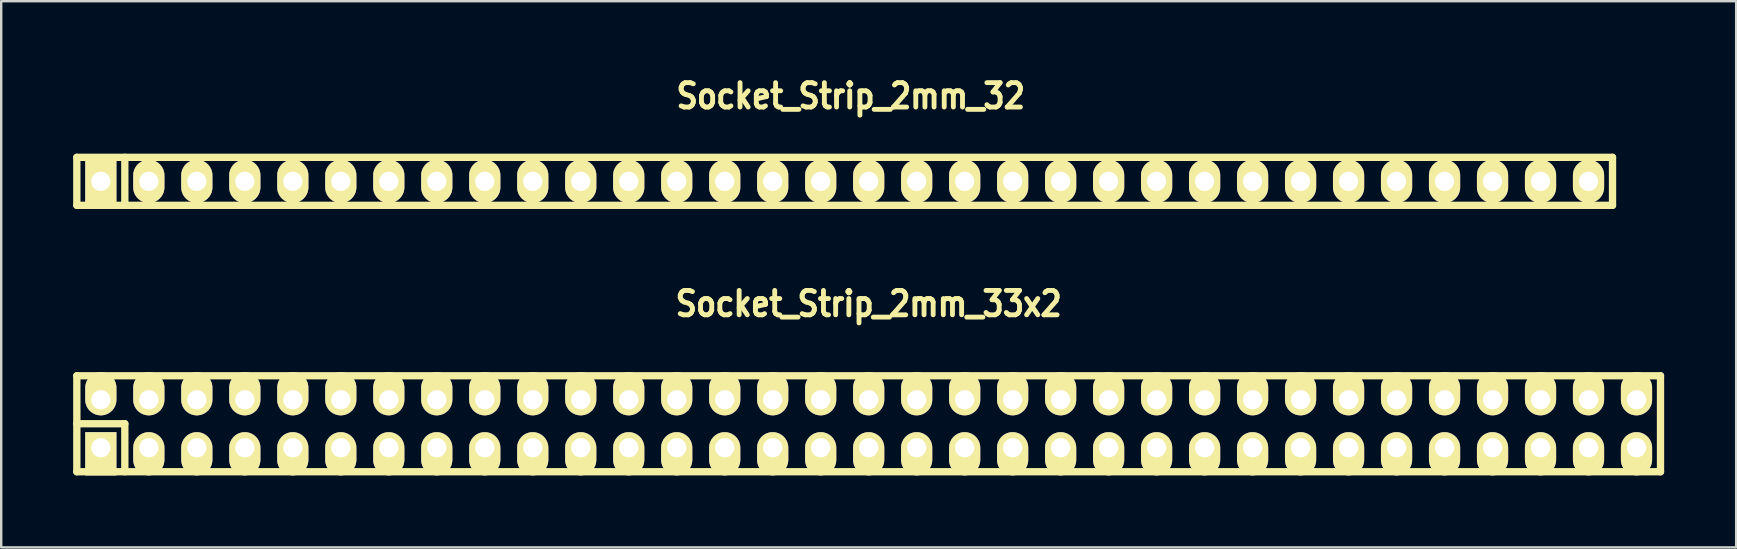
<source format=kicad_pcb>
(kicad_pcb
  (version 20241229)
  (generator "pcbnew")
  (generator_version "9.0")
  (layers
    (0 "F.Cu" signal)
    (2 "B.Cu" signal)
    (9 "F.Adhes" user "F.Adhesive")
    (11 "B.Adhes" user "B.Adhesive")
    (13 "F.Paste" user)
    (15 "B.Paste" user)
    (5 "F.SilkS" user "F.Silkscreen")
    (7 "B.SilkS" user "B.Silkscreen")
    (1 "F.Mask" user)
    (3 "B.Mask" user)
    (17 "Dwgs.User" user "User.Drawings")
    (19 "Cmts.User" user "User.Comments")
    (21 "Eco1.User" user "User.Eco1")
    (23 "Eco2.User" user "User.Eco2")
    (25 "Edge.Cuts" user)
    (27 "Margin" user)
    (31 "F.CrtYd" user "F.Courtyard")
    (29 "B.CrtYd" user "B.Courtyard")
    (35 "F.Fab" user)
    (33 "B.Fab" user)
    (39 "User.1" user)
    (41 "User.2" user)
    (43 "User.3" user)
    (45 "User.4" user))
  (footprint "Socket_Strip_2mm_32"
    (layer "F.Cu")
    (at 32.152 4.507)
    (property "Reference" "Socket_Strip_2mm_32" (at 0.254 -3.556 0) (layer "F.SilkS") (effects (font (size 1.016 0.889) (thickness 0.203))))
    (attr through_hole)
    (fp_line (start -32 -1) (end 32 -1) (stroke (width 0.305) (type solid)) (layer "F.SilkS"))
    (fp_line (start -32 1) (end -32 -1) (stroke (width 0.305) (type solid)) (layer "F.SilkS"))
    (fp_line (start -30 -1) (end -30 1) (stroke (width 0.305) (type solid)) (layer "F.SilkS"))
    (fp_line (start 32 -1) (end 32 1) (stroke (width 0.305) (type solid)) (layer "F.SilkS"))
    (fp_line (start 32 1) (end -32 1) (stroke (width 0.305) (type solid)) (layer "F.SilkS"))
    (pad "1" thru_hole rect (at -31 0) (size 1.3 1.8) (drill 0.8) (layers "*.Cu" "*.Mask" "F.SilkS"))
    (pad "2" thru_hole oval (at -29 0) (size 1.3 1.8) (drill 0.8) (layers "*.Cu" "*.Mask" "F.SilkS"))
    (pad "3" thru_hole oval (at -27 0) (size 1.3 1.8) (drill 0.8) (layers "*.Cu" "*.Mask" "F.SilkS"))
    (pad "4" thru_hole oval (at -25 0) (size 1.3 1.8) (drill 0.8) (layers "*.Cu" "*.Mask" "F.SilkS"))
    (pad "5" thru_hole oval (at -23 0) (size 1.3 1.8) (drill 0.8) (layers "*.Cu" "*.Mask" "F.SilkS"))
    (pad "6" thru_hole oval (at -21 0) (size 1.3 1.8) (drill 0.8) (layers "*.Cu" "*.Mask" "F.SilkS"))
    (pad "7" thru_hole oval (at -19 0) (size 1.3 1.8) (drill 0.8) (layers "*.Cu" "*.Mask" "F.SilkS"))
    (pad "8" thru_hole oval (at -17 0) (size 1.3 1.8) (drill 0.8) (layers "*.Cu" "*.Mask" "F.SilkS"))
    (pad "9" thru_hole oval (at -15 0) (size 1.3 1.8) (drill 0.8) (layers "*.Cu" "*.Mask" "F.SilkS"))
    (pad "10" thru_hole oval (at -13 0) (size 1.3 1.8) (drill 0.8) (layers "*.Cu" "*.Mask" "F.SilkS"))
    (pad "11" thru_hole oval (at -11 0) (size 1.3 1.8) (drill 0.8) (layers "*.Cu" "*.Mask" "F.SilkS"))
    (pad "12" thru_hole oval (at -9 0) (size 1.3 1.8) (drill 0.8) (layers "*.Cu" "*.Mask" "F.SilkS"))
    (pad "13" thru_hole oval (at -7 0) (size 1.3 1.8) (drill 0.8) (layers "*.Cu" "*.Mask" "F.SilkS"))
    (pad "14" thru_hole oval (at -5 0) (size 1.3 1.8) (drill 0.8) (layers "*.Cu" "*.Mask" "F.SilkS"))
    (pad "15" thru_hole oval (at -3 0) (size 1.3 1.8) (drill 0.8) (layers "*.Cu" "*.Mask" "F.SilkS"))
    (pad "16" thru_hole oval (at -1 0) (size 1.3 1.8) (drill 0.8) (layers "*.Cu" "*.Mask" "F.SilkS"))
    (pad "17" thru_hole oval (at 1 0) (size 1.3 1.8) (drill 0.8) (layers "*.Cu" "*.Mask" "F.SilkS"))
    (pad "18" thru_hole oval (at 3 0) (size 1.3 1.8) (drill 0.8) (layers "*.Cu" "*.Mask" "F.SilkS"))
    (pad "19" thru_hole oval (at 5 0) (size 1.3 1.8) (drill 0.8) (layers "*.Cu" "*.Mask" "F.SilkS"))
    (pad "20" thru_hole oval (at 7 0) (size 1.3 1.8) (drill 0.8) (layers "*.Cu" "*.Mask" "F.SilkS"))
    (pad "21" thru_hole oval (at 9 0) (size 1.3 1.8) (drill 0.8) (layers "*.Cu" "*.Mask" "F.SilkS"))
    (pad "22" thru_hole oval (at 11 0) (size 1.3 1.8) (drill 0.8) (layers "*.Cu" "*.Mask" "F.SilkS"))
    (pad "23" thru_hole oval (at 13 0) (size 1.3 1.8) (drill 0.8) (layers "*.Cu" "*.Mask" "F.SilkS"))
    (pad "24" thru_hole oval (at 15 0) (size 1.3 1.8) (drill 0.8) (layers "*.Cu" "*.Mask" "F.SilkS"))
    (pad "25" thru_hole oval (at 17 0) (size 1.3 1.8) (drill 0.8) (layers "*.Cu" "*.Mask" "F.SilkS"))
    (pad "26" thru_hole oval (at 19 0) (size 1.3 1.8) (drill 0.8) (layers "*.Cu" "*.Mask" "F.SilkS"))
    (pad "27" thru_hole oval (at 21 0) (size 1.3 1.8) (drill 0.8) (layers "*.Cu" "*.Mask" "F.SilkS"))
    (pad "28" thru_hole oval (at 23 0) (size 1.3 1.8) (drill 0.8) (layers "*.Cu" "*.Mask" "F.SilkS"))
    (pad "29" thru_hole oval (at 25 0) (size 1.3 1.8) (drill 0.8) (layers "*.Cu" "*.Mask" "F.SilkS"))
    (pad "30" thru_hole oval (at 27 0) (size 1.3 1.8) (drill 0.8) (layers "*.Cu" "*.Mask" "F.SilkS"))
    (pad "31" thru_hole oval (at 29 0) (size 1.3 1.8) (drill 0.8) (layers "*.Cu" "*.Mask" "F.SilkS"))
    (pad "32" thru_hole oval (at 31 0) (size 1.3 1.8) (drill 0.8) (layers "*.Cu" "*.Mask" "F.SilkS")))
  (footprint "Socket_Strip_2mm_33x2"
    (layer "F.Cu")
    (at 33.152 14.61)
    (property "Reference" "Socket_Strip_2mm_33x2" (at 0 -5 0) (layer "F.SilkS") (effects (font (size 1.016 0.889) (thickness 0.203))))
    (attr through_hole)
    (fp_line (start -33 -2) (end 33 -2) (stroke (width 0.305) (type solid)) (layer "F.SilkS"))
    (fp_line (start -33 0) (end -31 0) (stroke (width 0.305) (type solid)) (layer "F.SilkS"))
    (fp_line (start -33 2) (end -33 -2) (stroke (width 0.305) (type solid)) (layer "F.SilkS"))
    (fp_line (start -31 0) (end -31 2) (stroke (width 0.305) (type solid)) (layer "F.SilkS"))
    (fp_line (start 33 -2) (end 33 2) (stroke (width 0.305) (type solid)) (layer "F.SilkS"))
    (fp_line (start 33 2) (end -33 2) (stroke (width 0.305) (type solid)) (layer "F.SilkS"))
    (pad "1" thru_hole rect (at -32 1) (size 1.3 1.8) (drill 0.8 (offset 0 0.25)) (layers "*.Cu" "*.Mask" "F.SilkS"))
    (pad "2" thru_hole oval (at -32 -1) (size 1.3 1.8) (drill 0.8 (offset 0 -0.25)) (layers "*.Cu" "*.Mask" "F.SilkS"))
    (pad "3" thru_hole oval (at -30 1) (size 1.3 1.8) (drill 0.8 (offset 0 0.25)) (layers "*.Cu" "*.Mask" "F.SilkS"))
    (pad "4" thru_hole oval (at -30 -1) (size 1.3 1.8) (drill 0.8 (offset 0 -0.25)) (layers "*.Cu" "*.Mask" "F.SilkS"))
    (pad "5" thru_hole oval (at -28 1) (size 1.3 1.8) (drill 0.8 (offset 0 0.25)) (layers "*.Cu" "*.Mask" "F.SilkS"))
    (pad "6" thru_hole oval (at -28 -1) (size 1.3 1.8) (drill 0.8 (offset 0 -0.25)) (layers "*.Cu" "*.Mask" "F.SilkS"))
    (pad "7" thru_hole oval (at -26 1) (size 1.3 1.8) (drill 0.8 (offset 0 0.25)) (layers "*.Cu" "*.Mask" "F.SilkS"))
    (pad "8" thru_hole oval (at -26 -1) (size 1.3 1.8) (drill 0.8 (offset 0 -0.25)) (layers "*.Cu" "*.Mask" "F.SilkS"))
    (pad "9" thru_hole oval (at -24 1) (size 1.3 1.8) (drill 0.8 (offset 0 0.25)) (layers "*.Cu" "*.Mask" "F.SilkS"))
    (pad "10" thru_hole oval (at -24 -1) (size 1.3 1.8) (drill 0.8 (offset 0 -0.25)) (layers "*.Cu" "*.Mask" "F.SilkS"))
    (pad "11" thru_hole oval (at -22 1) (size 1.3 1.8) (drill 0.8 (offset 0 0.25)) (layers "*.Cu" "*.Mask" "F.SilkS"))
    (pad "12" thru_hole oval (at -22 -1) (size 1.3 1.8) (drill 0.8 (offset 0 -0.25)) (layers "*.Cu" "*.Mask" "F.SilkS"))
    (pad "13" thru_hole oval (at -20 1) (size 1.3 1.8) (drill 0.8 (offset 0 0.25)) (layers "*.Cu" "*.Mask" "F.SilkS"))
    (pad "14" thru_hole oval (at -20 -1) (size 1.3 1.8) (drill 0.8 (offset 0 -0.25)) (layers "*.Cu" "*.Mask" "F.SilkS"))
    (pad "15" thru_hole oval (at -18 1) (size 1.3 1.8) (drill 0.8 (offset 0 0.25)) (layers "*.Cu" "*.Mask" "F.SilkS"))
    (pad "16" thru_hole oval (at -18 -1) (size 1.3 1.8) (drill 0.8 (offset 0 -0.25)) (layers "*.Cu" "*.Mask" "F.SilkS"))
    (pad "17" thru_hole oval (at -16 1) (size 1.3 1.8) (drill 0.8 (offset 0 0.25)) (layers "*.Cu" "*.Mask" "F.SilkS"))
    (pad "18" thru_hole oval (at -16 -1) (size 1.3 1.8) (drill 0.8 (offset 0 -0.25)) (layers "*.Cu" "*.Mask" "F.SilkS"))
    (pad "19" thru_hole oval (at -14 1) (size 1.3 1.8) (drill 0.8 (offset 0 0.25)) (layers "*.Cu" "*.Mask" "F.SilkS"))
    (pad "20" thru_hole oval (at -14 -1) (size 1.3 1.8) (drill 0.8 (offset 0 -0.25)) (layers "*.Cu" "*.Mask" "F.SilkS"))
    (pad "21" thru_hole oval (at -12 1) (size 1.3 1.8) (drill 0.8 (offset 0 0.25)) (layers "*.Cu" "*.Mask" "F.SilkS"))
    (pad "22" thru_hole oval (at -12 -1) (size 1.3 1.8) (drill 0.8 (offset 0 -0.25)) (layers "*.Cu" "*.Mask" "F.SilkS"))
    (pad "23" thru_hole oval (at -10 1) (size 1.3 1.8) (drill 0.8 (offset 0 0.25)) (layers "*.Cu" "*.Mask" "F.SilkS"))
    (pad "24" thru_hole oval (at -10 -1) (size 1.3 1.8) (drill 0.8 (offset 0 -0.25)) (layers "*.Cu" "*.Mask" "F.SilkS"))
    (pad "25" thru_hole oval (at -8 1) (size 1.3 1.8) (drill 0.8 (offset 0 0.25)) (layers "*.Cu" "*.Mask" "F.SilkS"))
    (pad "26" thru_hole oval (at -8 -1) (size 1.3 1.8) (drill 0.8 (offset 0 -0.25)) (layers "*.Cu" "*.Mask" "F.SilkS"))
    (pad "27" thru_hole oval (at -6 1) (size 1.3 1.8) (drill 0.8 (offset 0 0.25)) (layers "*.Cu" "*.Mask" "F.SilkS"))
    (pad "28" thru_hole oval (at -6 -1) (size 1.3 1.8) (drill 0.8 (offset 0 -0.25)) (layers "*.Cu" "*.Mask" "F.SilkS"))
    (pad "29" thru_hole oval (at -4 1) (size 1.3 1.8) (drill 0.8 (offset 0 0.25)) (layers "*.Cu" "*.Mask" "F.SilkS"))
    (pad "30" thru_hole oval (at -4 -1) (size 1.3 1.8) (drill 0.8 (offset 0 -0.25)) (layers "*.Cu" "*.Mask" "F.SilkS"))
    (pad "31" thru_hole oval (at -2 1) (size 1.3 1.8) (drill 0.8 (offset 0 0.25)) (layers "*.Cu" "*.Mask" "F.SilkS"))
    (pad "32" thru_hole oval (at -2 -1) (size 1.3 1.8) (drill 0.8 (offset 0 -0.25)) (layers "*.Cu" "*.Mask" "F.SilkS"))
    (pad "33" thru_hole oval (at 0 1) (size 1.3 1.8) (drill 0.8 (offset 0 0.25)) (layers "*.Cu" "*.Mask" "F.SilkS"))
    (pad "34" thru_hole oval (at 0 -1) (size 1.3 1.8) (drill 0.8 (offset 0 -0.25)) (layers "*.Cu" "*.Mask" "F.SilkS"))
    (pad "35" thru_hole oval (at 2 1) (size 1.3 1.8) (drill 0.8 (offset 0 0.25)) (layers "*.Cu" "*.Mask" "F.SilkS"))
    (pad "36" thru_hole oval (at 2 -1) (size 1.3 1.8) (drill 0.8 (offset 0 -0.25)) (layers "*.Cu" "*.Mask" "F.SilkS"))
    (pad "37" thru_hole oval (at 4 1) (size 1.3 1.8) (drill 0.8 (offset 0 0.25)) (layers "*.Cu" "*.Mask" "F.SilkS"))
    (pad "38" thru_hole oval (at 4 -1) (size 1.3 1.8) (drill 0.8 (offset 0 -0.25)) (layers "*.Cu" "*.Mask" "F.SilkS"))
    (pad "39" thru_hole oval (at 6 1) (size 1.3 1.8) (drill 0.8 (offset 0 0.25)) (layers "*.Cu" "*.Mask" "F.SilkS"))
    (pad "40" thru_hole oval (at 6 -1) (size 1.3 1.8) (drill 0.8 (offset 0 -0.25)) (layers "*.Cu" "*.Mask" "F.SilkS"))
    (pad "41" thru_hole oval (at 8 1) (size 1.3 1.8) (drill 0.8 (offset 0 0.25)) (layers "*.Cu" "*.Mask" "F.SilkS"))
    (pad "42" thru_hole oval (at 8 -1) (size 1.3 1.8) (drill 0.8 (offset 0 -0.25)) (layers "*.Cu" "*.Mask" "F.SilkS"))
    (pad "43" thru_hole oval (at 10 1) (size 1.3 1.8) (drill 0.8 (offset 0 0.25)) (layers "*.Cu" "*.Mask" "F.SilkS"))
    (pad "44" thru_hole oval (at 10 -1) (size 1.3 1.8) (drill 0.8 (offset 0 -0.25)) (layers "*.Cu" "*.Mask" "F.SilkS"))
    (pad "45" thru_hole oval (at 12 1) (size 1.3 1.8) (drill 0.8 (offset 0 0.25)) (layers "*.Cu" "*.Mask" "F.SilkS"))
    (pad "46" thru_hole oval (at 12 -1) (size 1.3 1.8) (drill 0.8 (offset 0 -0.25)) (layers "*.Cu" "*.Mask" "F.SilkS"))
    (pad "47" thru_hole oval (at 14 1) (size 1.3 1.8) (drill 0.8 (offset 0 0.25)) (layers "*.Cu" "*.Mask" "F.SilkS"))
    (pad "48" thru_hole oval (at 14 -1) (size 1.3 1.8) (drill 0.8 (offset 0 -0.25)) (layers "*.Cu" "*.Mask" "F.SilkS"))
    (pad "49" thru_hole oval (at 16 1) (size 1.3 1.8) (drill 0.8 (offset 0 0.25)) (layers "*.Cu" "*.Mask" "F.SilkS"))
    (pad "50" thru_hole oval (at 16 -1) (size 1.3 1.8) (drill 0.8 (offset 0 -0.25)) (layers "*.Cu" "*.Mask" "F.SilkS"))
    (pad "51" thru_hole oval (at 18 1) (size 1.3 1.8) (drill 0.8 (offset 0 0.25)) (layers "*.Cu" "*.Mask" "F.SilkS"))
    (pad "52" thru_hole oval (at 18 -1) (size 1.3 1.8) (drill 0.8 (offset 0 -0.25)) (layers "*.Cu" "*.Mask" "F.SilkS"))
    (pad "53" thru_hole oval (at 20 1) (size 1.3 1.8) (drill 0.8 (offset 0 0.25)) (layers "*.Cu" "*.Mask" "F.SilkS"))
    (pad "54" thru_hole oval (at 20 -1) (size 1.3 1.8) (drill 0.8 (offset 0 -0.25)) (layers "*.Cu" "*.Mask" "F.SilkS"))
    (pad "55" thru_hole oval (at 22 1) (size 1.3 1.8) (drill 0.8 (offset 0 0.25)) (layers "*.Cu" "*.Mask" "F.SilkS"))
    (pad "56" thru_hole oval (at 22 -1) (size 1.3 1.8) (drill 0.8 (offset 0 -0.25)) (layers "*.Cu" "*.Mask" "F.SilkS"))
    (pad "57" thru_hole oval (at 24 1) (size 1.3 1.8) (drill 0.8 (offset 0 0.25)) (layers "*.Cu" "*.Mask" "F.SilkS"))
    (pad "58" thru_hole oval (at 24 -1) (size 1.3 1.8) (drill 0.8 (offset 0 -0.25)) (layers "*.Cu" "*.Mask" "F.SilkS"))
    (pad "59" thru_hole oval (at 26 1) (size 1.3 1.8) (drill 0.8 (offset 0 0.25)) (layers "*.Cu" "*.Mask" "F.SilkS"))
    (pad "60" thru_hole oval (at 26 -1) (size 1.3 1.8) (drill 0.8 (offset 0 -0.25)) (layers "*.Cu" "*.Mask" "F.SilkS"))
    (pad "61" thru_hole oval (at 28 1) (size 1.3 1.8) (drill 0.8 (offset 0 0.25)) (layers "*.Cu" "*.Mask" "F.SilkS"))
    (pad "62" thru_hole oval (at 28 -1) (size 1.3 1.8) (drill 0.8 (offset 0 -0.25)) (layers "*.Cu" "*.Mask" "F.SilkS"))
    (pad "63" thru_hole oval (at 30 1) (size 1.3 1.8) (drill 0.8 (offset 0 0.25)) (layers "*.Cu" "*.Mask" "F.SilkS"))
    (pad "64" thru_hole oval (at 30 -1) (size 1.3 1.8) (drill 0.8 (offset 0 -0.25)) (layers "*.Cu" "*.Mask" "F.SilkS"))
    (pad "65" thru_hole oval (at 32 1) (size 1.3 1.8) (drill 0.8 (offset 0 0.25)) (layers "*.Cu" "*.Mask" "F.SilkS"))
    (pad "66" thru_hole oval (at 32 -1) (size 1.3 1.8) (drill 0.8 (offset 0 -0.25)) (layers "*.Cu" "*.Mask" "F.SilkS")))
  (gr_rect
    (start -3 -3)
    (end 69.305 19.763)
    (stroke (width 0.1) (type default))
    (fill no)
    (layer "Edge.Cuts")))
</source>
